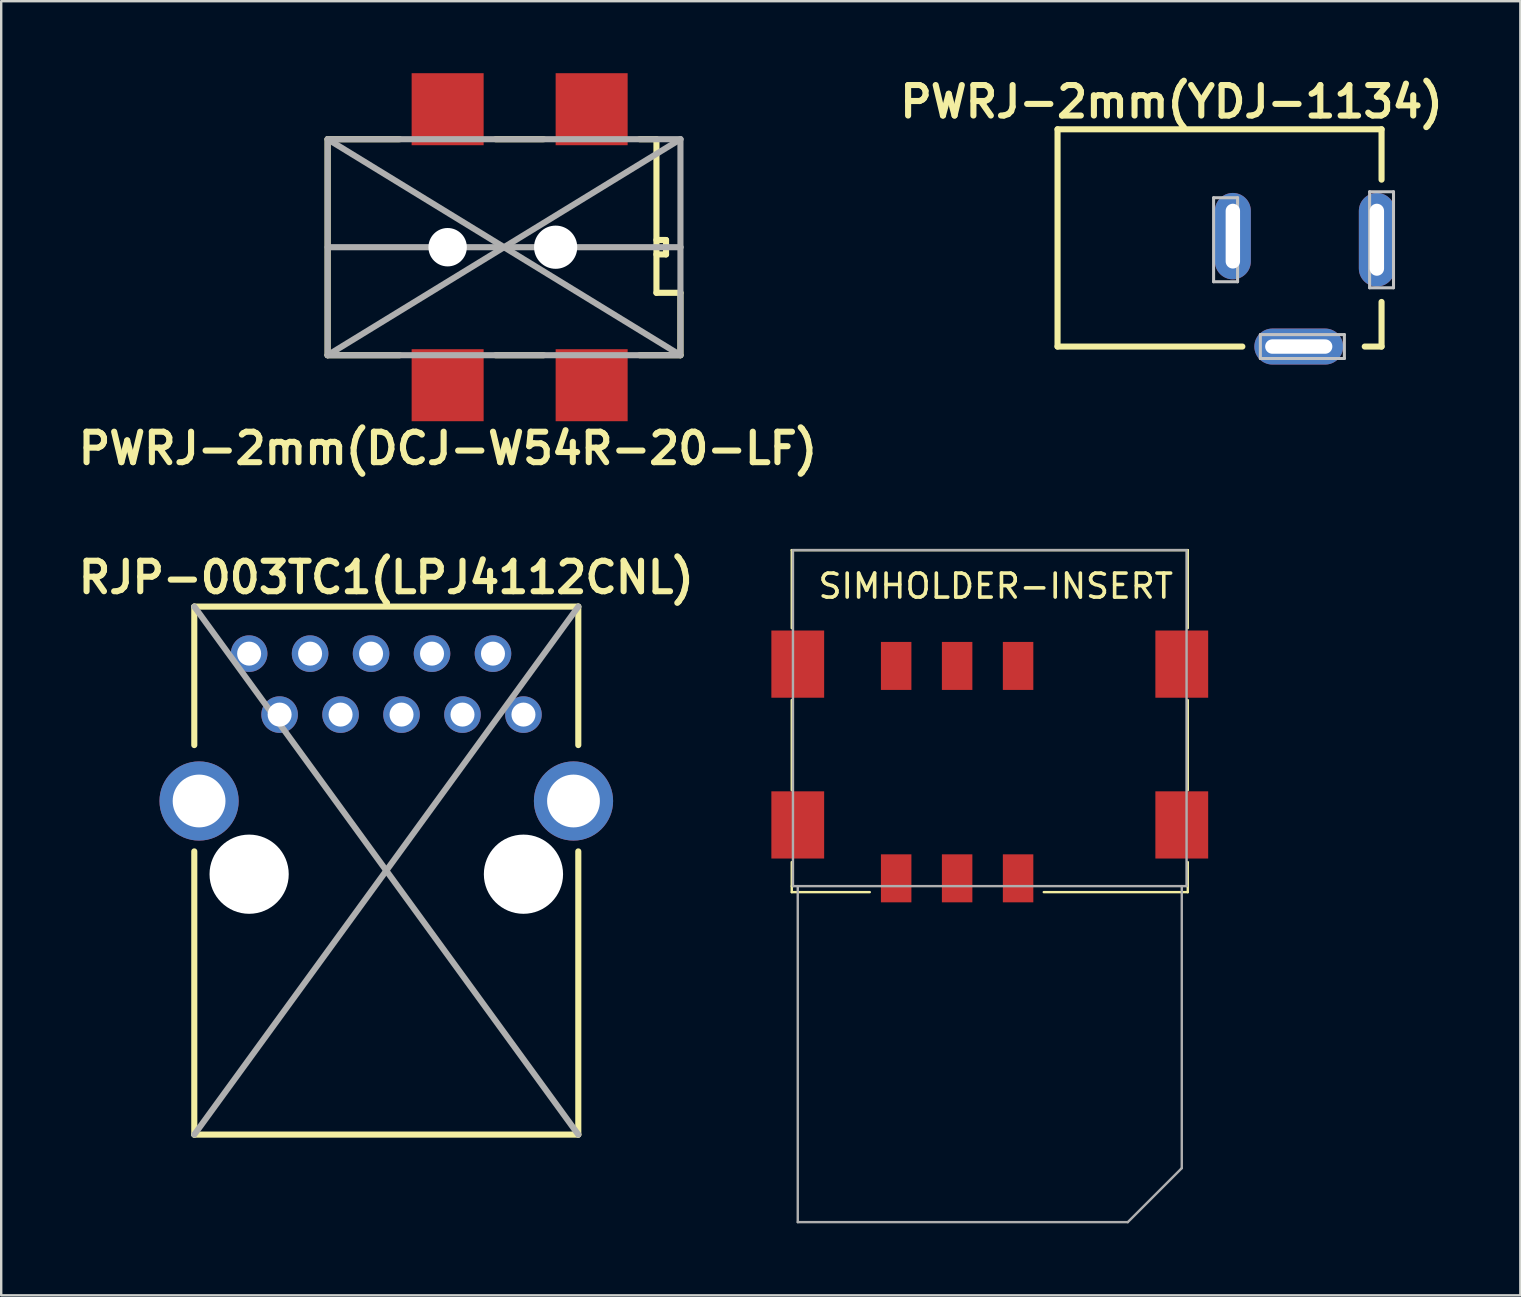
<source format=kicad_pcb>
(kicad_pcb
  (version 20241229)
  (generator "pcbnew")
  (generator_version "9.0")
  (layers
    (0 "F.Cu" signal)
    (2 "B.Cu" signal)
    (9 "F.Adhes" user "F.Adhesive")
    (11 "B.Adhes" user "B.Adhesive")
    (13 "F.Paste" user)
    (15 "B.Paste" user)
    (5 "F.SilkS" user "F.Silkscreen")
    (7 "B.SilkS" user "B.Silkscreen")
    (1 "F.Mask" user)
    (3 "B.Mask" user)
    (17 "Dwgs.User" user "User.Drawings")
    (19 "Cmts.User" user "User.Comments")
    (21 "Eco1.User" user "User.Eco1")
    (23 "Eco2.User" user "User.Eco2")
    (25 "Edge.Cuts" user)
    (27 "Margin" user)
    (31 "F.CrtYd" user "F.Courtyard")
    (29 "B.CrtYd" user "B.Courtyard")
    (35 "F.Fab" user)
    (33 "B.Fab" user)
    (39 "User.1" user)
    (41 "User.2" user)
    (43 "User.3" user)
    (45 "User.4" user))
  (footprint "RJP-003TC1(LPJ4112CNL)"
    (layer "F.Cu")
    (at 13.045 33.224)
    (property "Reference" "RJP-003TC1(LPJ4112CNL)" (at 0 -12.215 0) (layer "F.SilkS") (effects (font (size 1.27 1.27) (thickness 0.254))))
    (attr exclude_from_pos_files exclude_from_bom)
    (fp_line (start -8 -11) (end 8 -11) (stroke (width 0.254) (type solid)) (layer "F.SilkS"))
    (fp_line (start -8 -5.23) (end -8 -11) (stroke (width 0.254) (type solid)) (layer "F.SilkS"))
    (fp_line (start -8 11) (end -8 -0.8) (stroke (width 0.254) (type solid)) (layer "F.SilkS"))
    (fp_line (start 8 -11) (end 8 -5.23) (stroke (width 0.254) (type solid)) (layer "F.SilkS"))
    (fp_line (start 8 -0.8) (end 8 11) (stroke (width 0.254) (type solid)) (layer "F.SilkS"))
    (fp_line (start 8 11) (end -8 11) (stroke (width 0.254) (type solid)) (layer "F.SilkS"))
    (fp_line (start -8 -11) (end 8 11) (stroke (width 0.254) (type solid)) (layer "F.Fab"))
    (fp_line (start 8 -11) (end -8 11) (stroke (width 0.254) (type solid)) (layer "F.Fab"))
    (pad "" np_thru_hole circle (at -5.715 0.15) (size 3.3 3.3) (drill 3.3) (layers "*.Cu" "*.Mask"))
    (pad "" np_thru_hole circle (at 5.715 0.15) (size 3.3 3.3) (drill 3.3) (layers "*.Cu" "*.Mask"))
    (pad "0" thru_hole circle (at -7.8 -2.9) (size 3.3 3.3) (drill 2.2) (layers "*.Cu" "*.Mask"))
    (pad "0" thru_hole circle (at 7.8 -2.9) (size 3.3 3.3) (drill 2.2) (layers "*.Cu" "*.Mask"))
    (pad "1" thru_hole circle (at -5.715 -9.04) (size 1.524 1.524) (drill 1) (layers "*.Cu" "*.Mask"))
    (pad "2" thru_hole circle (at -4.445 -6.5) (size 1.524 1.524) (drill 1) (layers "*.Cu" "*.Mask"))
    (pad "3" thru_hole circle (at -3.175 -9.04) (size 1.524 1.524) (drill 1) (layers "*.Cu" "*.Mask"))
    (pad "4" thru_hole circle (at -1.905 -6.5) (size 1.524 1.524) (drill 1) (layers "*.Cu" "*.Mask"))
    (pad "5" thru_hole circle (at -0.635 -9.04) (size 1.524 1.524) (drill 1) (layers "*.Cu" "*.Mask"))
    (pad "6" thru_hole circle (at 0.635 -6.5) (size 1.524 1.524) (drill 1) (layers "*.Cu" "*.Mask"))
    (pad "7" thru_hole circle (at 1.905 -9.04) (size 1.524 1.524) (drill 1) (layers "*.Cu" "*.Mask"))
    (pad "8" thru_hole circle (at 3.175 -6.5) (size 1.524 1.524) (drill 1) (layers "*.Cu" "*.Mask"))
    (pad "9" thru_hole circle (at 4.445 -9.04) (size 1.524 1.524) (drill 1) (layers "*.Cu" "*.Mask"))
    (pad "10" thru_hole circle (at 5.715 -6.5) (size 1.524 1.524) (drill 1) (layers "*.Cu" "*.Mask")))
  (footprint "SIMHOLDER-INSERT"
    (layer "F.Cu")
    (at 38.189 29.121)
    (property "Reference" "SIMHOLDER-INSERT" (at 0.25 -7.75 0) (layer "F.SilkS") (effects (font (size 1 1) (thickness 0.15))))
    (attr through_hole)
    (fp_line (start -8.25 -9.25) (end 8.25 -9.25) (stroke (width 0.1) (type solid)) (layer "F.SilkS"))
    (fp_line (start -8.25 -6) (end -8.25 -9.25) (stroke (width 0.1) (type solid)) (layer "F.SilkS"))
    (fp_line (start -8.25 -3) (end -8.25 0.75) (stroke (width 0.1) (type solid)) (layer "F.SilkS"))
    (fp_line (start -8.25 4.75) (end -8.25 3.75) (stroke (width 0.1) (type solid)) (layer "F.SilkS"))
    (fp_line (start -8.25 5) (end -8.25 4.75) (stroke (width 0.1) (type solid)) (layer "F.SilkS"))
    (fp_line (start -5 5) (end -8.25 5) (stroke (width 0.1) (type solid)) (layer "F.SilkS"))
    (fp_line (start 8.25 -9.25) (end 8.25 -6) (stroke (width 0.1) (type solid)) (layer "F.SilkS"))
    (fp_line (start 8.25 -3) (end 8.25 0.75) (stroke (width 0.1) (type solid)) (layer "F.SilkS"))
    (fp_line (start 8.25 3.75) (end 8.25 5) (stroke (width 0.1) (type solid)) (layer "F.SilkS"))
    (fp_line (start 8.25 5) (end 2.25 5) (stroke (width 0.1) (type solid)) (layer "F.SilkS"))
    (fp_line (start -8.2 -9.25) (end 8.2 -9.25) (stroke (width 0.1) (type solid)) (layer "F.Fab"))
    (fp_line (start -8.2 4.75) (end -8.2 -9.25) (stroke (width 0.1) (type solid)) (layer "F.Fab"))
    (fp_line (start -8 4.75) (end -8 18.75) (stroke (width 0.1) (type solid)) (layer "F.Fab"))
    (fp_line (start -8 18.75) (end 5.75 18.75) (stroke (width 0.1) (type solid)) (layer "F.Fab"))
    (fp_line (start 8 4.75) (end 8 16.5) (stroke (width 0.1) (type solid)) (layer "F.Fab"))
    (fp_line (start 8 16.5) (end 5.75 18.75) (stroke (width 0.1) (type solid)) (layer "F.Fab"))
    (fp_line (start 8.2 -9.25) (end 8.2 4.75) (stroke (width 0.1) (type solid)) (layer "F.Fab"))
    (fp_line (start 8.2 4.75) (end -8.2 4.75) (stroke (width 0.1) (type solid)) (layer "F.Fab"))
    (pad "0" smd rect (at -8 -4.5) (size 2.2 2.8) (layers "F.Cu" "F.Mask" "F.Paste"))
    (pad "0" smd rect (at -8 2.2) (size 2.2 2.8) (layers "F.Cu" "F.Mask" "F.Paste"))
    (pad "0" smd rect (at 8 -4.5) (size 2.2 2.8) (layers "F.Cu" "F.Mask" "F.Paste"))
    (pad "0" smd rect (at 8 2.2) (size 2.2 2.8) (layers "F.Cu" "F.Mask" "F.Paste"))
    (pad "1" smd rect (at -3.9 -4.425) (size 1.27 2) (layers "F.Cu" "F.Mask" "F.Paste"))
    (pad "2" smd rect (at -1.36 -4.425) (size 1.27 2) (layers "F.Cu" "F.Mask" "F.Paste"))
    (pad "3" smd rect (at 1.18 -4.425) (size 1.27 2) (layers "F.Cu" "F.Mask" "F.Paste"))
    (pad "5" smd rect (at -3.9 4.425) (size 1.27 2) (layers "F.Cu" "F.Mask" "F.Paste"))
    (pad "6" smd rect (at -1.36 4.425) (size 1.27 2) (layers "F.Cu" "F.Mask" "F.Paste"))
    (pad "7" smd rect (at 1.18 4.425) (size 1.27 2) (layers "F.Cu" "F.Mask" "F.Paste")))
  (footprint "PWRJ-2mm(DCJ-W54R-20-LF)"
    (layer "F.Cu")
    (at 17.901 7.25)
    (property "Reference" "PWRJ-2mm(DCJ-W54R-20-LF)" (at -2.286 8.382 0) (layer "F.SilkS") (effects (font (size 1.27 1.27) (thickness 0.254))))
    (attr through_hole)
    (fp_line (start -7.3 -4.5) (end -7.3 4.5) (stroke (width 0.254) (type solid)) (layer "F.SilkS"))
    (fp_line (start -7.3 -4.5) (end -4.3 -4.5) (stroke (width 0.254) (type solid)) (layer "F.SilkS"))
    (fp_line (start -7.3 4.5) (end -4.3 4.5) (stroke (width 0.254) (type solid)) (layer "F.SilkS"))
    (fp_line (start -0.3 -4.5) (end 1.7 -4.5) (stroke (width 0.254) (type solid)) (layer "F.SilkS"))
    (fp_line (start -0.3 4.5) (end 1.7 4.5) (stroke (width 0.254) (type solid)) (layer "F.SilkS"))
    (fp_line (start 5.7 -4.5) (end 6.4 -4.5) (stroke (width 0.254) (type solid)) (layer "F.SilkS"))
    (fp_line (start 6.4 -4.5) (end 6.4 1.9) (stroke (width 0.254) (type solid)) (layer "F.SilkS"))
    (fp_line (start 6.4 -0.3) (end 6.8 -0.3) (stroke (width 0.254) (type solid)) (layer "F.SilkS"))
    (fp_line (start 6.8 -0.3) (end 6.8 0.3) (stroke (width 0.254) (type solid)) (layer "F.SilkS"))
    (fp_line (start 6.8 0.3) (end 6.4 0.3) (stroke (width 0.254) (type solid)) (layer "F.SilkS"))
    (fp_line (start 7.4 1.9) (end 6.4 1.9) (stroke (width 0.254) (type solid)) (layer "F.SilkS"))
    (fp_line (start 7.4 4.5) (end 5.7 4.5) (stroke (width 0.254) (type solid)) (layer "F.SilkS"))
    (fp_line (start 7.4 4.5) (end 7.4 1.9) (stroke (width 0.254) (type solid)) (layer "F.SilkS"))
    (fp_line (start -7.3 -4.5) (end -7.3 4.5) (stroke (width 0.254) (type solid)) (layer "F.Fab"))
    (fp_line (start -7.3 0) (end 7.4 0) (stroke (width 0.254) (type solid)) (layer "F.Fab"))
    (fp_line (start -7.3 4.5) (end 7.4 -4.5) (stroke (width 0.254) (type solid)) (layer "F.Fab"))
    (fp_line (start -7.3 4.5) (end 7.4 4.5) (stroke (width 0.254) (type solid)) (layer "F.Fab"))
    (fp_line (start 7.4 -4.5) (end -7.2 -4.5) (stroke (width 0.254) (type solid)) (layer "F.Fab"))
    (fp_line (start 7.4 0) (end 7.4 -4.5) (stroke (width 0.254) (type solid)) (layer "F.Fab"))
    (fp_line (start 7.4 0) (end 7.4 4.4) (stroke (width 0.254) (type solid)) (layer "F.Fab"))
    (fp_line (start 7.4 4.5) (end -7.3 -4.5) (stroke (width 0.254) (type solid)) (layer "F.Fab"))
    (pad "" np_thru_hole circle (at -2.3 0) (size 1.6 1.6) (drill 1.6) (layers "*.Cu" "*.Mask"))
    (pad "" np_thru_hole circle (at 2.2 0) (size 1.8 1.8) (drill 1.8) (layers "*.Cu" "*.Mask"))
    (pad "1" smd rect (at -2.3 -5.75) (size 3 3) (layers "F.Cu" "F.Mask" "F.Paste"))
    (pad "1" smd rect (at 3.7 -5.75) (size 3 3) (layers "F.Cu" "F.Mask" "F.Paste"))
    (pad "2" smd rect (at -2.3 5.75) (size 3 3) (layers "F.Cu" "F.Mask" "F.Paste"))
    (pad "3" smd rect (at 3.7 5.75) (size 3 3) (layers "F.Cu" "F.Mask" "F.Paste")))
  (footprint "PWRJ-2mm(YDJ-1134)"
    (layer "F.Cu")
    (at 54.513 11.689)
    (property "Reference" "PWRJ-2mm(YDJ-1134)" (at -8.75 -10.5 0) (layer "F.SilkS") (effects (font (size 1.27 1.27) (thickness 0.254))))
    (attr smd)
    (fp_line (start -13.5 -9.352) (end -13.5 -0.3) (stroke (width 0.254) (type solid)) (layer "F.SilkS"))
    (fp_line (start -13.5 -0.3) (end -5.8 -0.3) (stroke (width 0.254) (type solid)) (layer "F.SilkS"))
    (fp_line (start 0 -9.352) (end -13.5 -9.352) (stroke (width 0.254) (type solid)) (layer "F.SilkS"))
    (fp_line (start 0 -9.352) (end 0 -7.254) (stroke (width 0.254) (type solid)) (layer "F.SilkS"))
    (fp_line (start 0 -0.3) (end -0.7 -0.3) (stroke (width 0.254) (type solid)) (layer "F.SilkS"))
    (fp_line (start 0 -0.3) (end 0 -2.158) (stroke (width 0.254) (type solid)) (layer "F.SilkS"))
    (fp_line (start -6.998 -6.5) (end -6.998 -3) (stroke (width 0.127) (type solid)) (layer "Dwgs.User"))
    (fp_line (start -6.998 -3) (end -5.999 -3) (stroke (width 0.127) (type solid)) (layer "Dwgs.User"))
    (fp_line (start -5.999 -6.5) (end -6.998 -6.5) (stroke (width 0.127) (type solid)) (layer "Dwgs.User"))
    (fp_line (start -5.999 -3) (end -5.999 -6.5) (stroke (width 0.127) (type solid)) (layer "Dwgs.User"))
    (fp_line (start -5.05 -0.798) (end -5.05 0.198) (stroke (width 0.127) (type solid)) (layer "Dwgs.User"))
    (fp_line (start -5.05 0.198) (end -1.549 0.198) (stroke (width 0.127) (type solid)) (layer "Dwgs.User"))
    (fp_line (start -1.549 -0.798) (end -5.05 -0.798) (stroke (width 0.127) (type solid)) (layer "Dwgs.User"))
    (fp_line (start -1.549 0.198) (end -1.549 -0.798) (stroke (width 0.127) (type solid)) (layer "Dwgs.User"))
    (fp_line (start -0.498 -6.749) (end -0.498 -2.748) (stroke (width 0.127) (type solid)) (layer "Dwgs.User"))
    (fp_line (start -0.498 -2.748) (end 0.498 -2.748) (stroke (width 0.127) (type solid)) (layer "Dwgs.User"))
    (fp_line (start 0.498 -6.749) (end -0.498 -6.749) (stroke (width 0.127) (type solid)) (layer "Dwgs.User"))
    (fp_line (start 0.498 -2.748) (end 0.498 -6.749) (stroke (width 0.127) (type solid)) (layer "Dwgs.User"))
    (pad "+" thru_hole oval (at -0.196 -4.75) (size 1.5 3.9) (drill oval 0.6 3) (layers "*.Cu" "*.Mask"))
    (pad "-" thru_hole oval (at -6.196 -4.9) (size 1.5 3.6) (drill oval 0.6 2.7) (layers "*.Cu" "*.Mask"))
    (pad "-" thru_hole oval (at -3.45 -0.3) (size 3.7 1.5) (drill oval 2.8 0.6) (layers "*.Cu" "*.Mask")))
  (gr_rect
    (start -3 -3)
    (end 60.296 50.921)
    (stroke (width 0.1) (type default))
    (fill no)
    (layer "Edge.Cuts")))
</source>
